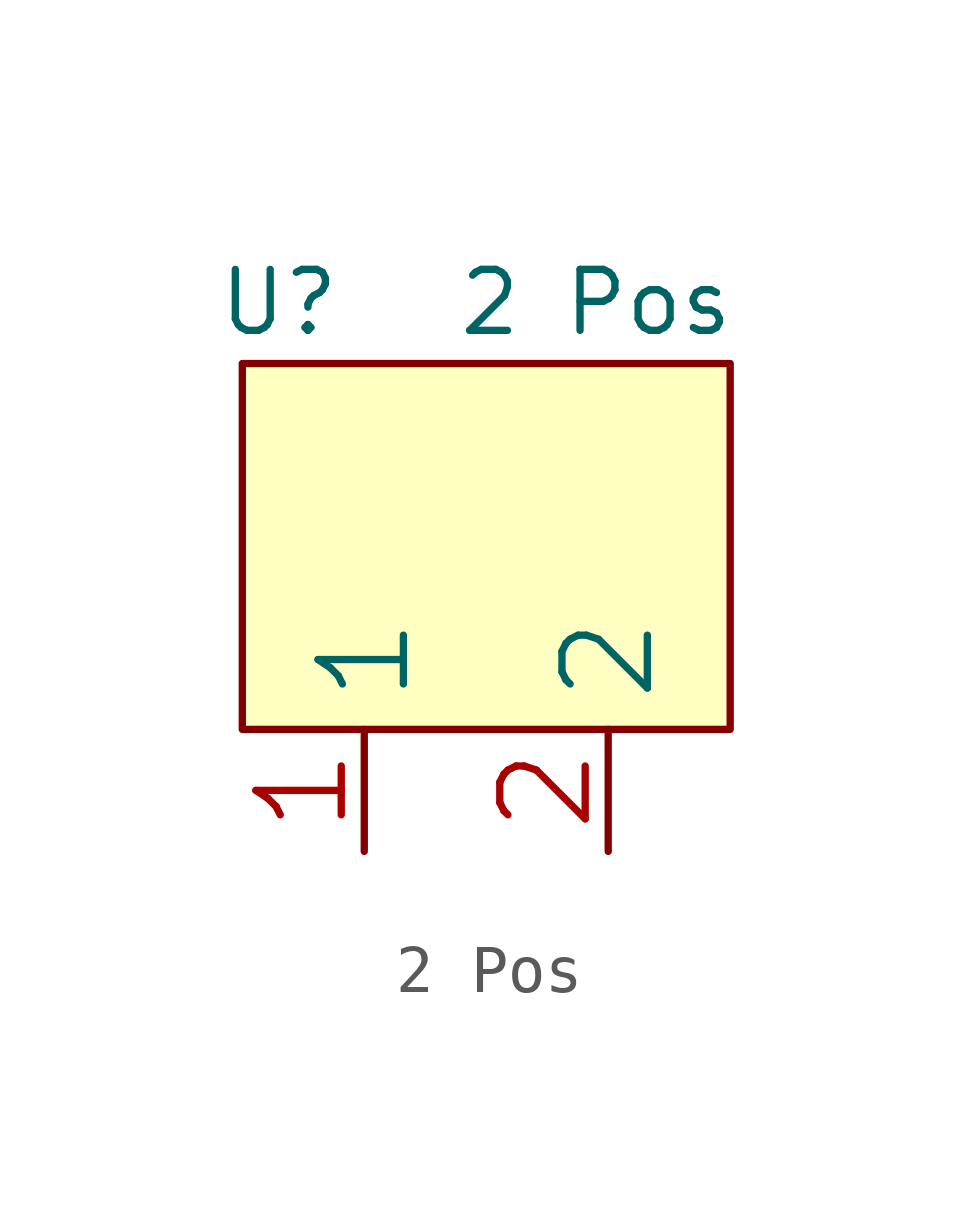
<source format=kicad_sym>
(kicad_symbol_lib
  (version 20211014)
  (generator kicad_symbol_editor)
  (symbol "2 Pos"
    (property "Reference" "U"
      (at -4.318 6.35 0)
      (effects (font (size 1.27 1.27))))
    (property "Value" "2 Pos"
      (at 2.286 6.35 0)
      (effects (font (size 1.27 1.27))))
    (symbol "2 Pos_0_0"
      (rectangle (start -5.08 5.08) (end 5.08 -2.54) (stroke (width 0) (type default) (color 0 0 0 0)) (fill (type background))))
    (symbol "2 Pos_1_1"
      (pin input line (at -2.54 -5.08 90) (length 2.54) (name "1" (effects (font (size 1.778 1.778)))) (number "1" (effects (font (size 1.778 1.778)))))
      (pin input line (at 2.54 -5.08 90) (length 2.54) (name "2" (effects (font (size 1.778 1.778)))) (number "2" (effects (font (size 1.778 1.778))))))))
</source>
